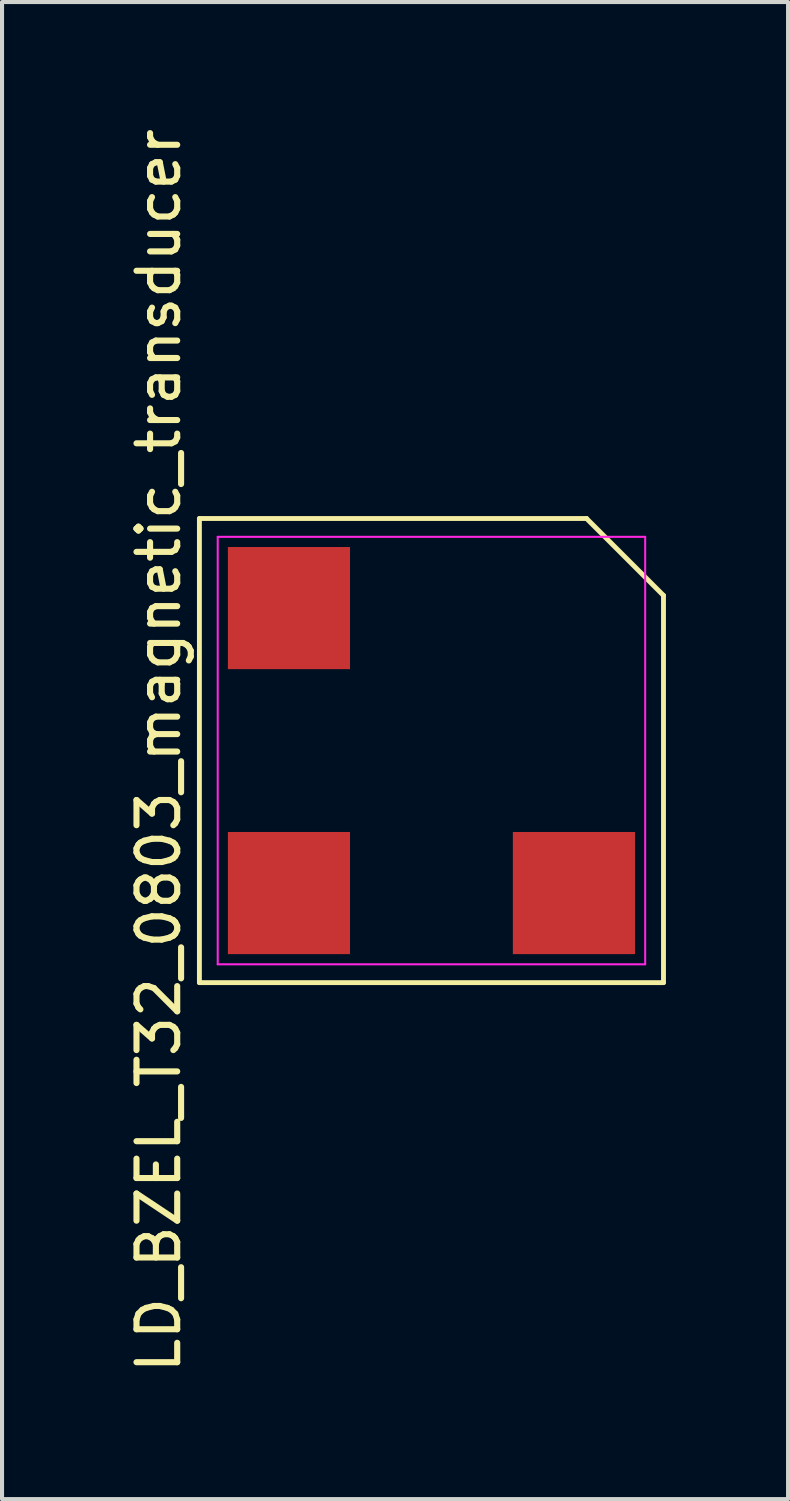
<source format=kicad_pcb>
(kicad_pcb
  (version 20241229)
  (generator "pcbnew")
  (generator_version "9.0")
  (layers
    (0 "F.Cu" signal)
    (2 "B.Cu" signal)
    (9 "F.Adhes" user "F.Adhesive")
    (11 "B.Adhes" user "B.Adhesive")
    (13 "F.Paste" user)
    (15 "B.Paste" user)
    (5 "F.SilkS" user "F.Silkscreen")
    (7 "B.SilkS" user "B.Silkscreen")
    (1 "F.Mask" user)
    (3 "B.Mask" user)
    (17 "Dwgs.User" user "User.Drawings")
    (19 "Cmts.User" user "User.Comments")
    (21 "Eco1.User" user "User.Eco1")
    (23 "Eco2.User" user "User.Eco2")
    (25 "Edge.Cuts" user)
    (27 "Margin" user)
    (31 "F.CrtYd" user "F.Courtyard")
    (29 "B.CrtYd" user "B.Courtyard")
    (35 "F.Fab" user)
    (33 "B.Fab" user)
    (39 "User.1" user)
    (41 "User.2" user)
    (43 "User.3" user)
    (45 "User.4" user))
  (footprint "LD_BZEL_T32_0803_magnetic_transducer"
    (layer "F.Cu")
    (at 7.548 15.387)
    (property "Reference" "LD_BZEL_T32_0803_magnetic_transducer" (at -6.7 0 90) (layer "F.SilkS") (effects (font (size 1 1) (thickness 0.15))))
    (attr through_hole)
    (fp_line (start -5.7 -5.7) (end 3.81 -5.7) (stroke (width 0.12) (type solid)) (layer "F.SilkS"))
    (fp_line (start -5.7 5.7) (end -5.7 -5.7) (stroke (width 0.12) (type solid)) (layer "F.SilkS"))
    (fp_line (start 3.81 -5.7) (end 5.7 -3.81) (stroke (width 0.12) (type solid)) (layer "F.SilkS"))
    (fp_line (start 5.7 -3.81) (end 5.7 5.7) (stroke (width 0.12) (type solid)) (layer "F.SilkS"))
    (fp_line (start 5.7 5.7) (end -5.7 5.7) (stroke (width 0.12) (type solid)) (layer "F.SilkS"))
    (fp_line (start -5.25 -5.25) (end 5.25 -5.25) (stroke (width 0.05) (type solid)) (layer "F.CrtYd"))
    (fp_line (start -5.25 5.25) (end -5.25 -5.25) (stroke (width 0.05) (type solid)) (layer "F.CrtYd"))
    (fp_line (start 5.25 -5.25) (end 5.25 5.25) (stroke (width 0.05) (type solid)) (layer "F.CrtYd"))
    (fp_line (start 5.25 5.25) (end -5.25 5.25) (stroke (width 0.05) (type solid)) (layer "F.CrtYd"))
    (pad "" smd rect (at 3.5 3.5 270) (size 3 3) (layers "F.Cu" "F.Mask" "F.Paste"))
    (pad "1" smd rect (at -3.5 -3.5 270) (size 3 3) (layers "F.Cu" "F.Mask" "F.Paste"))
    (pad "2" smd rect (at -3.5 3.5 270) (size 3 3) (layers "F.Cu" "F.Mask" "F.Paste")))
  (gr_rect
    (start -3 -3)
    (end 16.308 33.774)
    (stroke (width 0.1) (type default))
    (fill no)
    (layer "Edge.Cuts")))
</source>
